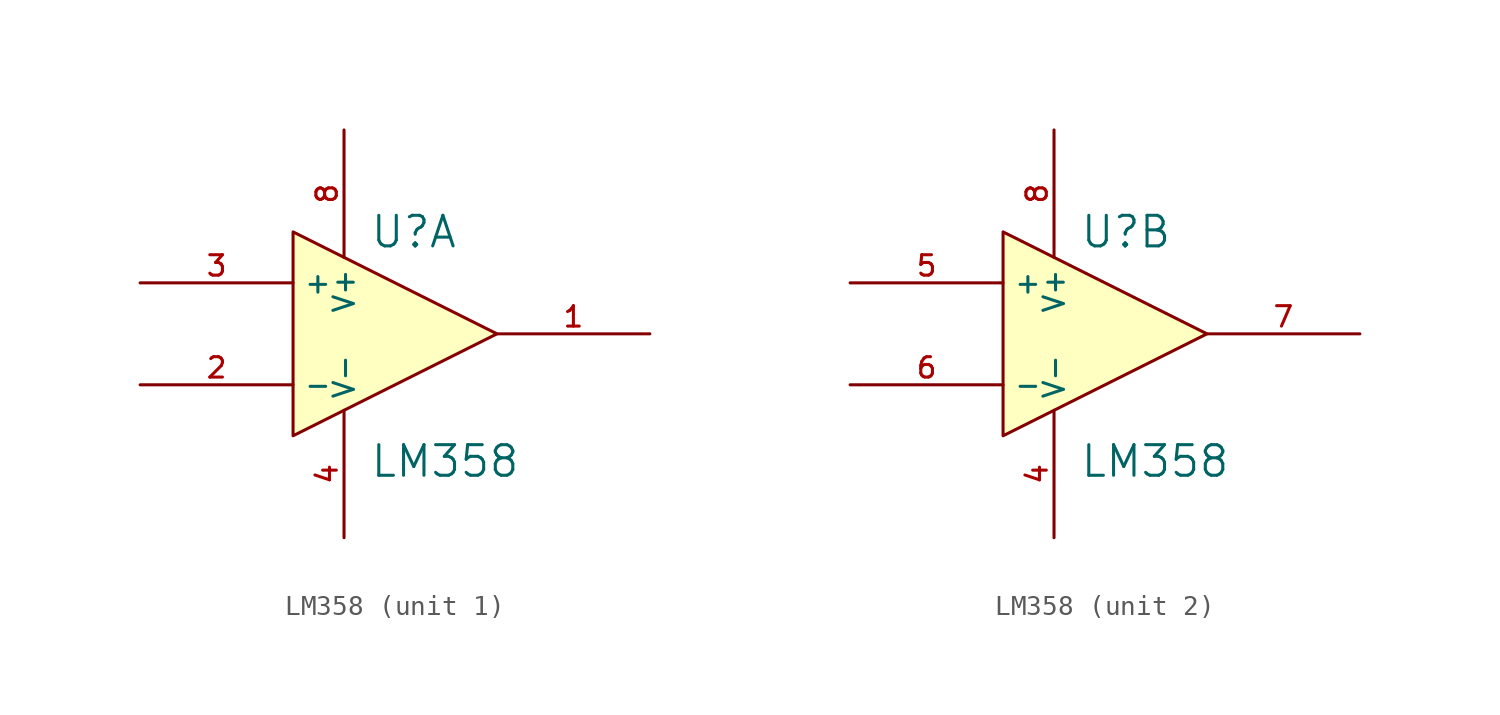
<source format=kicad_sym>
(kicad_symbol_lib
  (version 20211014)
  (generator kicad_symbol_editor)
  (symbol "LM358"
    (property "Reference" "U"
      (at -1.27 5.08 0)
      (effects (font (size 1.524 1.524)) (justify left)))
    (property "Value" "LM358"
      (at -1.27 -6.35 0)
      (effects (font (size 1.524 1.524)) (justify left)))
    (property "Footprint" ""
      (at 0 0 0)
      (effects (font (size 1.524 1.524))))
    (property "Datasheet" ""
      (at 0 0 0)
      (effects (font (size 1.524 1.524))))
    (symbol "LM358_0_1"
      (polyline (pts (xy -5.08 5.08) (xy 5.08 0) (xy -5.08 -5.08) (xy -5.08 5.08)) (stroke (width 0.152) (type default) (color 0 0 0 0)) (fill (type background)))
      (pin power_in line (at -2.54 -10.16 90) (length 6.35) (name "V-" (effects (font (size 1.016 1.016)))) (number "4" (effects (font (size 1.016 1.016)))))
      (pin power_in line (at -2.54 10.16 270) (length 6.35) (name "V+" (effects (font (size 1.016 1.016)))) (number "8" (effects (font (size 1.016 1.016))))))
    (symbol "LM358_1_1"
      (pin output line (at 12.7 0 180) (length 7.62) (name "~" (effects (font (size 1.016 1.016)))) (number "1" (effects (font (size 1.016 1.016)))))
      (pin input line (at -12.7 -2.54 0) (length 7.62) (name "-" (effects (font (size 1.016 1.016)))) (number "2" (effects (font (size 1.016 1.016)))))
      (pin input line (at -12.7 2.54 0) (length 7.62) (name "+" (effects (font (size 1.016 1.016)))) (number "3" (effects (font (size 1.016 1.016))))))
    (symbol "LM358_2_1"
      (pin input line (at -12.7 2.54 0) (length 7.62) (name "+" (effects (font (size 1.016 1.016)))) (number "5" (effects (font (size 1.016 1.016)))))
      (pin input line (at -12.7 -2.54 0) (length 7.62) (name "-" (effects (font (size 1.016 1.016)))) (number "6" (effects (font (size 1.016 1.016)))))
      (pin output line (at 12.7 0 180) (length 7.62) (name "~" (effects (font (size 1.016 1.016)))) (number "7" (effects (font (size 1.016 1.016))))))))
</source>
